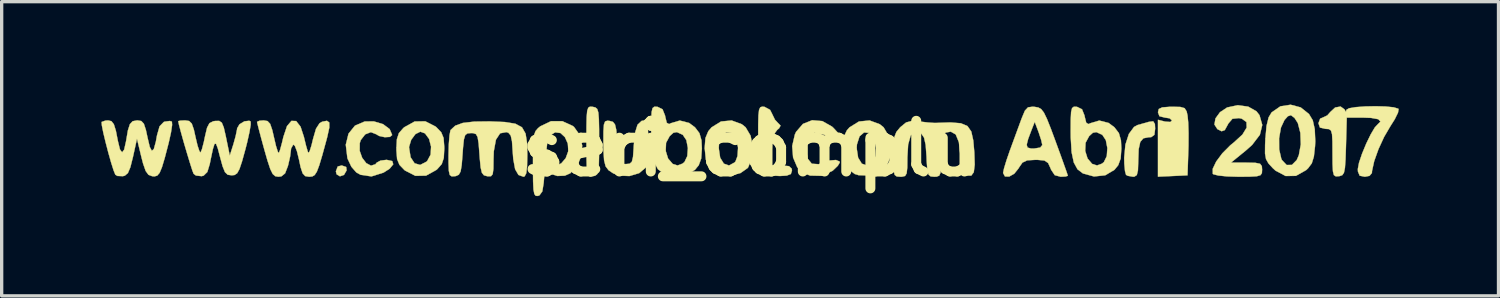
<source format=kicad_pcb>
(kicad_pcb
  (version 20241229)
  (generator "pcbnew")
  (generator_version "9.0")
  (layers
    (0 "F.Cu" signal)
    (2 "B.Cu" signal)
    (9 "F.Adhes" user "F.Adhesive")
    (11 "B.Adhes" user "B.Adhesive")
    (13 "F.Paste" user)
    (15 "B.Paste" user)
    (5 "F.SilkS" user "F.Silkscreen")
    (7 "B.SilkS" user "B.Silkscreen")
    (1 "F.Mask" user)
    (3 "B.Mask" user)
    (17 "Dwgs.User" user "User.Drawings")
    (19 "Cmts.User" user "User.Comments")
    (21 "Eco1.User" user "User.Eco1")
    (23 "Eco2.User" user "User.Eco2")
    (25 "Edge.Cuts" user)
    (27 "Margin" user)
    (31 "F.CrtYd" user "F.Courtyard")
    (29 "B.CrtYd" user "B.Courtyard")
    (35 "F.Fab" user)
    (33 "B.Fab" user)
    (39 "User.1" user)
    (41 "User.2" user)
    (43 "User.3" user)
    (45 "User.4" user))
  (footprint "seri_complu"
    (layer "F.Cu")
    (at 19.497 1.418)
    (property "Reference" "seri_complu" (at 0 0 0) (layer "F.SilkS") (effects (font (size 1.524 1.524) (thickness 0.3))))
    (attr through_hole)
    (fp_poly (pts (xy -12.136 0.554) (xy -12.123 0.655) (xy -12.202 0.792) (xy -12.324 0.834) (xy -12.424 0.774) (xy -12.446 0.684) (xy -12.39 0.539) (xy -12.27 0.508) (xy -12.136 0.554)) (stroke (width 0.01) (type solid)) (fill yes) (layer "F.SilkS"))
    (fp_poly (pts (xy 12.948 -1.252) (xy 13.079 -1.215) (xy 13.14 -1.116) (xy 13.167 -0.99) (xy 13.187 -0.782) (xy 13.197 -0.462) (xy 13.195 -0.089) (xy 13.191 0.042) (xy 13.166 0.804) (xy 12.721 0.825) (xy 12.277 0.845) (xy 12.277 -0.865) (xy 12.488 -0.812) (xy 12.649 -0.8) (xy 12.7 -0.845) (xy 12.628 -0.91) (xy 12.488 -0.931) (xy 12.321 -0.973) (xy 12.277 -1.093) (xy 12.302 -1.19) (xy 12.406 -1.239) (xy 12.629 -1.256) (xy 12.697 -1.257) (xy 12.948 -1.252)) (stroke (width 0.01) (type solid)) (fill yes) (layer "F.SilkS"))
    (fp_poly (pts (xy -4.73 -1.256) (xy -4.72 -1.255) (xy -4.64 -1.236) (xy -4.586 -1.189) (xy -4.553 -1.083) (xy -4.537 -0.89) (xy -4.53 -0.581) (xy -4.53 -0.212) (xy -4.531 0.217) (xy -4.538 0.505) (xy -4.557 0.682) (xy -4.593 0.776) (xy -4.651 0.817) (xy -4.72 0.831) (xy -4.799 0.837) (xy -4.852 0.811) (xy -4.885 0.725) (xy -4.902 0.553) (xy -4.909 0.268) (xy -4.911 -0.157) (xy -4.911 -0.212) (xy -4.91 -0.653) (xy -4.904 -0.951) (xy -4.888 -1.134) (xy -4.856 -1.228) (xy -4.806 -1.26) (xy -4.73 -1.256)) (stroke (width 0.01) (type solid)) (fill yes) (layer "F.SilkS"))
    (fp_poly (pts (xy 12.185 -0.738) (xy 12.192 -0.598) (xy 12.17 -0.414) (xy 12.077 -0.345) (xy 11.989 -0.339) (xy 11.838 -0.309) (xy 11.745 -0.2) (xy 11.697 0.018) (xy 11.684 0.374) (xy 11.684 0.388) (xy 11.675 0.657) (xy 11.641 0.796) (xy 11.568 0.844) (xy 11.529 0.847) (xy 11.368 0.819) (xy 11.317 0.79) (xy 11.286 0.68) (xy 11.265 0.458) (xy 11.261 0.278) (xy 11.298 -0.118) (xy 11.402 -0.44) (xy 11.557 -0.65) (xy 11.662 -0.707) (xy 11.867 -0.765) (xy 12.002 -0.803) (xy 12.134 -0.82) (xy 12.185 -0.738)) (stroke (width 0.01) (type solid)) (fill yes) (layer "F.SilkS"))
    (fp_poly (pts (xy 0.444 -1.255) (xy 0.611 -1.165) (xy 0.665 -1.06) (xy 0.758 -0.868) (xy 0.835 -0.785) (xy 0.927 -0.691) (xy 0.882 -0.608) (xy 0.826 -0.562) (xy 0.731 -0.432) (xy 0.686 -0.206) (xy 0.677 0.03) (xy 0.677 0.508) (xy 0.974 0.508) (xy 1.181 0.529) (xy 1.263 0.605) (xy 1.27 0.664) (xy 1.237 0.765) (xy 1.112 0.813) (xy 0.907 0.825) (xy 0.644 0.81) (xy 0.437 0.767) (xy 0.399 0.75) (xy 0.335 0.692) (xy 0.293 0.582) (xy 0.268 0.39) (xy 0.257 0.086) (xy 0.254 -0.306) (xy 0.255 -0.724) (xy 0.262 -1) (xy 0.281 -1.163) (xy 0.317 -1.241) (xy 0.376 -1.261) (xy 0.444 -1.255)) (stroke (width 0.01) (type solid)) (fill yes) (layer "F.SilkS"))
    (fp_poly (pts (xy -11.027 -0.734) (xy -10.828 -0.585) (xy -10.753 -0.407) (xy -10.821 -0.351) (xy -10.976 -0.342) (xy -11.145 -0.379) (xy -11.235 -0.432) (xy -11.394 -0.494) (xy -11.565 -0.427) (xy -11.697 -0.257) (xy -11.728 -0.162) (xy -11.73 0.068) (xy -11.655 0.279) (xy -11.532 0.439) (xy -11.39 0.514) (xy -11.257 0.472) (xy -11.218 0.423) (xy -11.104 0.362) (xy -10.92 0.339) (xy -10.75 0.376) (xy -10.721 0.473) (xy -10.829 0.605) (xy -11.013 0.723) (xy -11.376 0.837) (xy -11.702 0.789) (xy -11.831 0.717) (xy -11.979 0.548) (xy -12.092 0.309) (xy -12.1 0.284) (xy -12.148 -0.116) (xy -12.066 -0.448) (xy -11.872 -0.689) (xy -11.581 -0.814) (xy -11.306 -0.818) (xy -11.027 -0.734)) (stroke (width 0.01) (type solid)) (fill yes) (layer "F.SilkS"))
    (fp_poly (pts (xy 2.183 -0.826) (xy 2.475 -0.661) (xy 2.523 -0.616) (xy 2.662 -0.465) (xy 2.685 -0.391) (xy 2.604 -0.356) (xy 2.597 -0.354) (xy 2.41 -0.364) (xy 2.195 -0.426) (xy 1.943 -0.475) (xy 1.778 -0.378) (xy 1.7 -0.136) (xy 1.693 0) (xy 1.738 0.297) (xy 1.867 0.456) (xy 2.072 0.47) (xy 2.165 0.436) (xy 2.397 0.359) (xy 2.594 0.343) (xy 2.702 0.389) (xy 2.709 0.417) (xy 2.649 0.518) (xy 2.502 0.659) (xy 2.486 0.671) (xy 2.169 0.82) (xy 1.818 0.812) (xy 1.639 0.748) (xy 1.428 0.559) (xy 1.304 0.268) (xy 1.277 -0.075) (xy 1.357 -0.422) (xy 1.394 -0.502) (xy 1.601 -0.742) (xy 1.877 -0.852) (xy 2.183 -0.826)) (stroke (width 0.01) (type solid)) (fill yes) (layer "F.SilkS"))
    (fp_poly (pts (xy 3.911 -0.732) (xy 4.026 -0.639) (xy 4.175 -0.386) (xy 4.24 -0.054) (xy 4.217 0.286) (xy 4.102 0.564) (xy 4.085 0.586) (xy 3.872 0.734) (xy 3.576 0.81) (xy 3.273 0.8) (xy 3.159 0.765) (xy 2.947 0.605) (xy 2.828 0.333) (xy 2.797 -0.007) (xy 3.217 -0.007) (xy 3.26 0.275) (xy 3.371 0.454) (xy 3.523 0.509) (xy 3.691 0.419) (xy 3.72 0.387) (xy 3.781 0.226) (xy 3.797 -0.011) (xy 3.794 -0.049) (xy 3.722 -0.328) (xy 3.59 -0.472) (xy 3.437 -0.484) (xy 3.302 -0.367) (xy 3.224 -0.124) (xy 3.217 -0.007) (xy 2.797 -0.007) (xy 2.794 -0.041) (xy 2.822 -0.338) (xy 2.922 -0.549) (xy 3.002 -0.639) (xy 3.285 -0.814) (xy 3.605 -0.845) (xy 3.911 -0.732)) (stroke (width 0.01) (type solid)) (fill yes) (layer "F.SilkS"))
    (fp_poly (pts (xy -0.238 -0.732) (xy -0.123 -0.639) (xy 0.026 -0.386) (xy 0.091 -0.054) (xy 0.068 0.286) (xy -0.047 0.564) (xy -0.064 0.586) (xy -0.279 0.737) (xy -0.572 0.813) (xy -0.86 0.798) (xy -0.974 0.753) (xy -1.2 0.575) (xy -1.319 0.337) (xy -1.354 -0.007) (xy -0.931 -0.007) (xy -0.889 0.275) (xy -0.778 0.454) (xy -0.625 0.509) (xy -0.457 0.419) (xy -0.428 0.387) (xy -0.368 0.226) (xy -0.352 -0.011) (xy -0.354 -0.049) (xy -0.427 -0.328) (xy -0.559 -0.472) (xy -0.712 -0.484) (xy -0.846 -0.367) (xy -0.925 -0.124) (xy -0.931 -0.007) (xy -1.354 -0.007) (xy -1.355 -0.008) (xy -1.355 -0.02) (xy -1.332 -0.317) (xy -1.246 -0.522) (xy -1.147 -0.639) (xy -0.864 -0.814) (xy -0.544 -0.845) (xy -0.238 -0.732)) (stroke (width 0.01) (type solid)) (fill yes) (layer "F.SilkS"))
    (fp_poly (pts (xy -9.446 -0.661) (xy -9.424 -0.642) (xy -9.278 -0.49) (xy -9.207 -0.319) (xy -9.187 -0.059) (xy -9.186 0) (xy -9.201 0.282) (xy -9.261 0.464) (xy -9.392 0.614) (xy -9.424 0.642) (xy -9.734 0.814) (xy -10.055 0.82) (xy -10.366 0.661) (xy -10.388 0.642) (xy -10.534 0.49) (xy -10.605 0.319) (xy -10.625 0.059) (xy -10.626 0) (xy -10.624 -0.031) (xy -10.245 -0.031) (xy -10.199 0.261) (xy -10.08 0.442) (xy -9.912 0.492) (xy -9.72 0.393) (xy -9.7 0.375) (xy -9.597 0.182) (xy -9.583 -0.058) (xy -9.643 -0.29) (xy -9.766 -0.457) (xy -9.906 -0.508) (xy -10.053 -0.436) (xy -10.181 -0.263) (xy -10.244 -0.056) (xy -10.245 -0.031) (xy -10.624 -0.031) (xy -10.611 -0.282) (xy -10.551 -0.464) (xy -10.42 -0.614) (xy -10.388 -0.642) (xy -10.078 -0.814) (xy -9.757 -0.82) (xy -9.446 -0.661)) (stroke (width 0.01) (type solid)) (fill yes) (layer "F.SilkS"))
    (fp_poly (pts (xy -3.103 -0.805) (xy -3.066 -0.661) (xy -3.051 -0.388) (xy -3.049 -0.191) (xy -3.058 0.134) (xy -3.078 0.397) (xy -3.107 0.547) (xy -3.113 0.559) (xy -3.324 0.738) (xy -3.618 0.826) (xy -3.931 0.813) (xy -4.106 0.745) (xy -4.246 0.651) (xy -4.334 0.534) (xy -4.38 0.354) (xy -4.398 0.073) (xy -4.401 -0.196) (xy -4.399 -0.527) (xy -4.385 -0.722) (xy -4.349 -0.815) (xy -4.281 -0.838) (xy -4.212 -0.831) (xy -4.114 -0.803) (xy -4.052 -0.726) (xy -4.014 -0.565) (xy -3.987 -0.282) (xy -3.979 -0.169) (xy -3.955 0.154) (xy -3.924 0.343) (xy -3.875 0.435) (xy -3.791 0.464) (xy -3.725 0.466) (xy -3.611 0.455) (xy -3.545 0.396) (xy -3.51 0.252) (xy -3.491 -0.016) (xy -3.488 -0.081) (xy -3.45 -0.473) (xy -3.374 -0.717) (xy -3.252 -0.832) (xy -3.165 -0.847) (xy -3.103 -0.805)) (stroke (width 0.01) (type solid)) (fill yes) (layer "F.SilkS"))
    (fp_poly (pts (xy 16.569 -1.238) (xy 16.818 -1.04) (xy 16.932 -0.851) (xy 16.992 -0.585) (xy 17.008 -0.222) (xy 17.001 -0.072) (xy 16.966 0.241) (xy 16.903 0.444) (xy 16.791 0.593) (xy 16.732 0.648) (xy 16.427 0.82) (xy 16.116 0.825) (xy 15.812 0.663) (xy 15.732 0.59) (xy 15.601 0.448) (xy 15.527 0.318) (xy 15.497 0.149) (xy 15.499 -0.113) (xy 15.507 -0.291) (xy 15.509 -0.311) (xy 15.92 -0.311) (xy 15.922 0.025) (xy 15.986 0.304) (xy 16.005 0.344) (xy 16.147 0.494) (xy 16.306 0.491) (xy 16.451 0.343) (xy 16.513 0.202) (xy 16.573 -0.126) (xy 16.56 -0.471) (xy 16.483 -0.768) (xy 16.384 -0.922) (xy 16.276 -1.004) (xy 16.184 -0.973) (xy 16.081 -0.858) (xy 15.975 -0.63) (xy 15.92 -0.311) (xy 15.509 -0.311) (xy 15.542 -0.681) (xy 15.605 -0.938) (xy 15.695 -1.088) (xy 15.96 -1.271) (xy 16.267 -1.318) (xy 16.569 -1.238)) (stroke (width 0.01) (type solid)) (fill yes) (layer "F.SilkS"))
    (fp_poly (pts (xy 14.991 -1.261) (xy 15.239 -1.121) (xy 15.33 -1.005) (xy 15.414 -0.71) (xy 15.342 -0.415) (xy 15.109 -0.11) (xy 14.919 0.059) (xy 14.472 0.423) (xy 14.94 0.423) (xy 15.208 0.429) (xy 15.348 0.457) (xy 15.401 0.528) (xy 15.409 0.635) (xy 15.403 0.738) (xy 15.36 0.8) (xy 15.248 0.833) (xy 15.033 0.845) (xy 14.695 0.847) (xy 14.354 0.837) (xy 14.09 0.81) (xy 13.942 0.772) (xy 13.926 0.759) (xy 13.924 0.609) (xy 14.028 0.391) (xy 14.213 0.142) (xy 14.453 -0.099) (xy 14.563 -0.188) (xy 14.818 -0.422) (xy 14.945 -0.631) (xy 14.939 -0.797) (xy 14.798 -0.899) (xy 14.712 -0.916) (xy 14.516 -0.896) (xy 14.394 -0.753) (xy 14.38 -0.725) (xy 14.286 -0.555) (xy 14.192 -0.521) (xy 14.064 -0.585) (xy 13.975 -0.723) (xy 14.007 -0.907) (xy 14.142 -1.093) (xy 14.357 -1.236) (xy 14.361 -1.237) (xy 14.679 -1.304) (xy 14.991 -1.261)) (stroke (width 0.01) (type solid)) (fill yes) (layer "F.SilkS"))
    (fp_poly (pts (xy -5.319 -0.678) (xy -5.284 -0.65) (xy -5.107 -0.402) (xy -5.038 -0.091) (xy -5.069 0.234) (xy -5.191 0.528) (xy -5.395 0.742) (xy -5.56 0.815) (xy -5.787 0.824) (xy -5.938 0.774) (xy -6.076 0.698) (xy -6.148 0.714) (xy -6.181 0.85) (xy -6.197 1.036) (xy -6.238 1.289) (xy -6.324 1.407) (xy -6.371 1.424) (xy -6.435 1.421) (xy -6.477 1.367) (xy -6.503 1.233) (xy -6.515 0.993) (xy -6.519 0.62) (xy -6.519 0.478) (xy -6.518 0.058) (xy -6.517 0.031) (xy -6.112 0.031) (xy -6.062 0.269) (xy -5.947 0.445) (xy -5.791 0.508) (xy -5.667 0.443) (xy -5.534 0.29) (xy -5.455 0.072) (xy -5.471 -0.151) (xy -5.558 -0.344) (xy -5.692 -0.468) (xy -5.852 -0.488) (xy -5.973 -0.414) (xy -6.085 -0.214) (xy -6.112 0.031) (xy -6.517 0.031) (xy -6.509 -0.226) (xy -6.485 -0.41) (xy -6.441 -0.527) (xy -6.369 -0.611) (xy -6.296 -0.671) (xy -5.979 -0.822) (xy -5.636 -0.824) (xy -5.319 -0.678)) (stroke (width 0.01) (type solid)) (fill yes) (layer "F.SilkS"))
    (fp_poly (pts (xy -2.78 -1.256) (xy -2.773 -1.255) (xy -2.622 -1.182) (xy -2.546 -0.991) (xy -2.54 -0.955) (xy -2.495 -0.775) (xy -2.425 -0.737) (xy -2.371 -0.763) (xy -2.103 -0.842) (xy -1.822 -0.77) (xy -1.647 -0.639) (xy -1.513 -0.464) (xy -1.451 -0.248) (xy -1.439 0) (xy -1.459 0.298) (xy -1.533 0.5) (xy -1.647 0.639) (xy -1.923 0.803) (xy -2.262 0.839) (xy -2.594 0.748) (xy -2.759 0.623) (xy -2.87 0.419) (xy -2.935 0.11) (xy -2.937 0.069) (xy -2.527 0.069) (xy -2.456 0.299) (xy -2.316 0.462) (xy -2.17 0.508) (xy -2.023 0.453) (xy -1.964 0.406) (xy -1.878 0.227) (xy -1.86 -0.017) (xy -1.906 -0.254) (xy -2.011 -0.411) (xy -2.026 -0.42) (xy -2.19 -0.495) (xy -2.295 -0.476) (xy -2.407 -0.375) (xy -2.516 -0.174) (xy -2.527 0.069) (xy -2.937 0.069) (xy -2.962 -0.331) (xy -2.963 -0.518) (xy -2.961 -0.879) (xy -2.95 -1.102) (xy -2.922 -1.218) (xy -2.868 -1.259) (xy -2.78 -1.256)) (stroke (width 0.01) (type solid)) (fill yes) (layer "F.SilkS"))
    (fp_poly (pts (xy 9.835 -1.256) (xy 9.842 -1.255) (xy 9.993 -1.182) (xy 10.069 -0.991) (xy 10.075 -0.955) (xy 10.12 -0.775) (xy 10.19 -0.737) (xy 10.245 -0.763) (xy 10.513 -0.842) (xy 10.794 -0.77) (xy 10.968 -0.639) (xy 11.102 -0.464) (xy 11.164 -0.248) (xy 11.176 0) (xy 11.156 0.298) (xy 11.082 0.5) (xy 10.968 0.639) (xy 10.692 0.803) (xy 10.354 0.839) (xy 10.021 0.748) (xy 9.857 0.623) (xy 9.746 0.419) (xy 9.68 0.11) (xy 9.678 0.069) (xy 10.088 0.069) (xy 10.16 0.299) (xy 10.299 0.462) (xy 10.445 0.508) (xy 10.593 0.453) (xy 10.651 0.406) (xy 10.738 0.227) (xy 10.755 -0.017) (xy 10.709 -0.254) (xy 10.605 -0.411) (xy 10.589 -0.42) (xy 10.425 -0.495) (xy 10.32 -0.476) (xy 10.208 -0.375) (xy 10.1 -0.174) (xy 10.088 0.069) (xy 9.678 0.069) (xy 9.654 -0.331) (xy 9.652 -0.518) (xy 9.654 -0.879) (xy 9.665 -1.102) (xy 9.694 -1.218) (xy 9.748 -1.259) (xy 9.835 -1.256)) (stroke (width 0.01) (type solid)) (fill yes) (layer "F.SilkS"))
    (fp_poly (pts (xy 8.571 -1.254) (xy 8.679 -1.235) (xy 8.766 -1.186) (xy 8.848 -1.08) (xy 8.939 -0.892) (xy 9.058 -0.593) (xy 9.197 -0.218) (xy 9.337 0.165) (xy 9.452 0.485) (xy 9.533 0.713) (xy 9.567 0.817) (xy 9.567 0.819) (xy 9.495 0.84) (xy 9.351 0.847) (xy 9.173 0.8) (xy 9.062 0.633) (xy 9.047 0.593) (xy 8.973 0.433) (xy 8.861 0.359) (xy 8.653 0.339) (xy 8.588 0.339) (xy 8.343 0.354) (xy 8.201 0.422) (xy 8.094 0.576) (xy 8.086 0.593) (xy 7.957 0.754) (xy 7.805 0.841) (xy 7.676 0.839) (xy 7.62 0.735) (xy 7.62 0.73) (xy 7.648 0.596) (xy 7.721 0.355) (xy 7.824 0.056) (xy 7.834 0.031) (xy 7.887 -0.115) (xy 8.329 -0.115) (xy 8.355 -0.03) (xy 8.455 -0.002) (xy 8.546 0) (xy 8.735 -0.03) (xy 8.799 -0.106) (xy 8.767 -0.251) (xy 8.695 -0.471) (xy 8.682 -0.508) (xy 8.571 -0.804) (xy 8.488 -0.593) (xy 8.374 -0.292) (xy 8.329 -0.115) (xy 7.887 -0.115) (xy 7.963 -0.322) (xy 8.091 -0.67) (xy 8.181 -0.915) (xy 8.275 -1.139) (xy 8.369 -1.24) (xy 8.508 -1.259) (xy 8.571 -1.254)) (stroke (width 0.01) (type solid)) (fill yes) (layer "F.SilkS"))
    (fp_poly (pts (xy -18.297 -0.828) (xy -18.22 -0.745) (xy -18.16 -0.562) (xy -18.11 -0.33) (xy -18.043 -0.048) (xy -17.981 0.067) (xy -17.921 0.014) (xy -17.86 -0.206) (xy -17.825 -0.399) (xy -17.748 -0.669) (xy -17.622 -0.799) (xy -17.597 -0.809) (xy -17.439 -0.83) (xy -17.377 -0.81) (xy -17.371 -0.709) (xy -17.404 -0.489) (xy -17.469 -0.195) (xy -17.481 -0.146) (xy -17.591 0.276) (xy -17.676 0.56) (xy -17.747 0.73) (xy -17.819 0.814) (xy -17.903 0.837) (xy -17.971 0.831) (xy -18.082 0.789) (xy -18.166 0.674) (xy -18.244 0.451) (xy -18.295 0.254) (xy -18.428 -0.296) (xy -18.549 0.254) (xy -18.626 0.56) (xy -18.7 0.735) (xy -18.791 0.814) (xy -18.852 0.83) (xy -19.016 0.823) (xy -19.078 0.786) (xy -19.131 0.655) (xy -19.206 0.418) (xy -19.29 0.121) (xy -19.372 -0.194) (xy -19.441 -0.481) (xy -19.484 -0.698) (xy -19.492 -0.8) (xy -19.49 -0.801) (xy -19.376 -0.841) (xy -19.296 -0.847) (xy -19.195 -0.823) (xy -19.123 -0.731) (xy -19.062 -0.535) (xy -19.003 -0.232) (xy -18.94 0.025) (xy -18.875 0.113) (xy -18.813 0.032) (xy -18.757 -0.217) (xy -18.756 -0.223) (xy -18.701 -0.545) (xy -18.641 -0.733) (xy -18.558 -0.822) (xy -18.432 -0.846) (xy -18.41 -0.847) (xy -18.297 -0.828)) (stroke (width 0.01) (type solid)) (fill yes) (layer "F.SilkS"))
    (fp_poly (pts (xy -7.361 -0.798) (xy -7.047 -0.747) (xy -6.849 -0.639) (xy -6.741 -0.45) (xy -6.696 -0.159) (xy -6.689 0.182) (xy -6.696 0.534) (xy -6.721 0.742) (xy -6.769 0.835) (xy -6.805 0.847) (xy -6.955 0.793) (xy -7.055 0.621) (xy -7.112 0.312) (xy -7.129 0.082) (xy -7.15 -0.221) (xy -7.188 -0.393) (xy -7.255 -0.474) (xy -7.318 -0.495) (xy -7.507 -0.459) (xy -7.633 -0.267) (xy -7.697 0.082) (xy -7.705 0.318) (xy -7.709 0.61) (xy -7.73 0.769) (xy -7.781 0.831) (xy -7.877 0.834) (xy -7.895 0.831) (xy -7.994 0.803) (xy -8.055 0.726) (xy -8.093 0.565) (xy -8.12 0.282) (xy -8.128 0.169) (xy -8.153 -0.154) (xy -8.183 -0.343) (xy -8.233 -0.435) (xy -8.316 -0.464) (xy -8.382 -0.466) (xy -8.49 -0.456) (xy -8.557 -0.404) (xy -8.596 -0.273) (xy -8.622 -0.028) (xy -8.636 0.169) (xy -8.662 0.495) (xy -8.695 0.689) (xy -8.749 0.786) (xy -8.835 0.826) (xy -8.869 0.831) (xy -8.964 0.836) (xy -9.021 0.794) (xy -9.049 0.671) (xy -9.058 0.435) (xy -9.058 0.196) (xy -9.05 -0.13) (xy -9.029 -0.394) (xy -9.001 -0.546) (xy -8.995 -0.559) (xy -8.856 -0.688) (xy -8.628 -0.771) (xy -8.286 -0.811) (xy -7.818 -0.817) (xy -7.361 -0.798)) (stroke (width 0.01) (type solid)) (fill yes) (layer "F.SilkS"))
    (fp_poly (pts (xy 5.106 -0.814) (xy 5.359 -0.784) (xy 5.554 -0.771) (xy 5.588 -0.771) (xy 6.039 -0.786) (xy 6.349 -0.761) (xy 6.548 -0.677) (xy 6.663 -0.512) (xy 6.723 -0.243) (xy 6.754 0.11) (xy 6.766 0.483) (xy 6.738 0.711) (xy 6.662 0.814) (xy 6.531 0.812) (xy 6.488 0.797) (xy 6.408 0.712) (xy 6.358 0.512) (xy 6.333 0.192) (xy 6.289 -0.194) (xy 6.195 -0.425) (xy 6.047 -0.509) (xy 5.896 -0.482) (xy 5.822 -0.42) (xy 5.779 -0.282) (xy 5.76 -0.032) (xy 5.757 0.209) (xy 5.755 0.533) (xy 5.739 0.723) (xy 5.698 0.815) (xy 5.621 0.844) (xy 5.549 0.847) (xy 5.441 0.837) (xy 5.377 0.782) (xy 5.342 0.647) (xy 5.323 0.395) (xy 5.317 0.242) (xy 5.291 -0.111) (xy 5.243 -0.327) (xy 5.166 -0.441) (xy 5.151 -0.452) (xy 4.969 -0.501) (xy 4.84 -0.391) (xy 4.764 -0.122) (xy 4.741 0.264) (xy 4.738 0.571) (xy 4.719 0.745) (xy 4.672 0.824) (xy 4.581 0.846) (xy 4.53 0.847) (xy 4.422 0.839) (xy 4.359 0.792) (xy 4.329 0.669) (xy 4.319 0.437) (xy 4.318 0.208) (xy 4.324 -0.131) (xy 4.351 -0.35) (xy 4.41 -0.499) (xy 4.515 -0.628) (xy 4.534 -0.647) (xy 4.704 -0.786) (xy 4.881 -0.832) (xy 5.106 -0.814)) (stroke (width 0.01) (type solid)) (fill yes) (layer "F.SilkS"))
    (fp_poly (pts (xy -16.859 -0.829) (xy -16.78 -0.751) (xy -16.718 -0.574) (xy -16.666 -0.341) (xy -16.605 -0.085) (xy -16.549 0.081) (xy -16.515 0.119) (xy -16.473 0.016) (xy -16.417 -0.198) (xy -16.382 -0.366) (xy -16.32 -0.627) (xy -16.248 -0.764) (xy -16.136 -0.82) (xy -16.076 -0.83) (xy -15.955 -0.832) (xy -15.876 -0.778) (xy -15.817 -0.634) (xy -15.755 -0.363) (xy -15.747 -0.322) (xy -15.637 0.212) (xy -15.529 -0.127) (xy -15.46 -0.376) (xy -15.419 -0.574) (xy -15.416 -0.608) (xy -15.345 -0.73) (xy -15.197 -0.819) (xy -15.05 -0.836) (xy -15.009 -0.813) (xy -15.008 -0.715) (xy -15.046 -0.492) (xy -15.115 -0.183) (xy -15.167 0.02) (xy -15.268 0.385) (xy -15.345 0.615) (xy -15.415 0.742) (xy -15.493 0.795) (xy -15.583 0.804) (xy -15.699 0.787) (xy -15.781 0.709) (xy -15.852 0.536) (xy -15.929 0.254) (xy -15.999 -0.012) (xy -16.051 -0.146) (xy -16.096 -0.14) (xy -16.145 0.015) (xy -16.211 0.324) (xy -16.239 0.466) (xy -16.312 0.705) (xy -16.423 0.814) (xy -16.484 0.83) (xy -16.654 0.811) (xy -16.724 0.758) (xy -16.765 0.651) (xy -16.836 0.428) (xy -16.925 0.134) (xy -17.019 -0.184) (xy -17.102 -0.481) (xy -17.163 -0.709) (xy -17.187 -0.824) (xy -17.187 -0.825) (xy -17.115 -0.841) (xy -16.979 -0.847) (xy -16.859 -0.829)) (stroke (width 0.01) (type solid)) (fill yes) (layer "F.SilkS"))
    (fp_poly (pts (xy -14.501 -0.827) (xy -14.423 -0.744) (xy -14.359 -0.558) (xy -14.308 -0.337) (xy -14.247 -0.078) (xy -14.193 0.092) (xy -14.162 0.136) (xy -14.124 0.038) (xy -14.067 -0.172) (xy -14.024 -0.353) (xy -13.916 -0.675) (xy -13.782 -0.833) (xy -13.64 -0.827) (xy -13.508 -0.658) (xy -13.408 -0.353) (xy -13.346 -0.097) (xy -13.294 0.082) (xy -13.272 0.134) (xy -13.235 0.08) (xy -13.179 -0.098) (xy -13.132 -0.292) (xy -13.043 -0.597) (xy -12.937 -0.762) (xy -12.858 -0.808) (xy -12.715 -0.835) (xy -12.645 -0.785) (xy -12.644 -0.632) (xy -12.705 -0.352) (xy -12.736 -0.235) (xy -12.856 0.203) (xy -12.946 0.504) (xy -13.017 0.692) (xy -13.083 0.795) (xy -13.154 0.838) (xy -13.245 0.847) (xy -13.253 0.847) (xy -13.368 0.828) (xy -13.445 0.746) (xy -13.506 0.563) (xy -13.553 0.34) (xy -13.616 0.083) (xy -13.68 -0.082) (xy -13.727 -0.12) (xy -13.792 -0.006) (xy -13.801 0.068) (xy -13.823 0.242) (xy -13.878 0.485) (xy -13.89 0.529) (xy -13.974 0.746) (xy -14.086 0.836) (xy -14.175 0.847) (xy -14.27 0.831) (xy -14.346 0.764) (xy -14.419 0.616) (xy -14.504 0.358) (xy -14.594 0.044) (xy -14.689 -0.302) (xy -14.763 -0.582) (xy -14.808 -0.76) (xy -14.817 -0.803) (xy -14.744 -0.837) (xy -14.617 -0.847) (xy -14.501 -0.827)) (stroke (width 0.01) (type solid)) (fill yes) (layer "F.SilkS"))
    (fp_poly (pts (xy 19.122 -1.265) (xy 19.364 -1.241) (xy 19.502 -1.2) (xy 19.514 -1.188) (xy 19.496 -1.081) (xy 19.399 -0.883) (xy 19.266 -0.672) (xy 19.079 -0.353) (xy 18.909 0.016) (xy 18.78 0.377) (xy 18.715 0.671) (xy 18.711 0.735) (xy 18.639 0.82) (xy 18.5 0.847) (xy 18.344 0.816) (xy 18.291 0.69) (xy 18.288 0.614) (xy 18.324 0.424) (xy 18.415 0.154) (xy 18.54 -0.148) (xy 18.676 -0.428) (xy 18.8 -0.637) (xy 18.872 -0.714) (xy 18.968 -0.812) (xy 18.903 -0.883) (xy 18.684 -0.923) (xy 18.46 -0.931) (xy 17.955 -0.931) (xy 17.931 -0.064) (xy 17.918 0.328) (xy 17.9 0.581) (xy 17.87 0.727) (xy 17.821 0.799) (xy 17.743 0.827) (xy 17.716 0.831) (xy 17.625 0.836) (xy 17.568 0.797) (xy 17.539 0.683) (xy 17.528 0.46) (xy 17.526 0.133) (xy 17.524 -0.217) (xy 17.512 -0.432) (xy 17.48 -0.543) (xy 17.418 -0.586) (xy 17.316 -0.593) (xy 17.314 -0.593) (xy 17.148 -0.632) (xy 17.103 -0.762) (xy 17.155 -0.9) (xy 17.229 -0.931) (xy 17.369 -0.997) (xy 17.461 -1.101) (xy 17.606 -1.235) (xy 17.769 -1.264) (xy 17.887 -1.179) (xy 17.893 -1.164) (xy 17.932 -1.102) (xy 17.943 -1.164) (xy 18.023 -1.212) (xy 18.226 -1.246) (xy 18.508 -1.267) (xy 18.822 -1.273) (xy 19.122 -1.265)) (stroke (width 0.01) (type solid)) (fill yes) (layer "F.SilkS")))
  (gr_rect
    (start -3 -3)
    (end 42.015 5.847)
    (stroke (width 0.1) (type default))
    (fill no)
    (layer "Edge.Cuts")))
</source>
